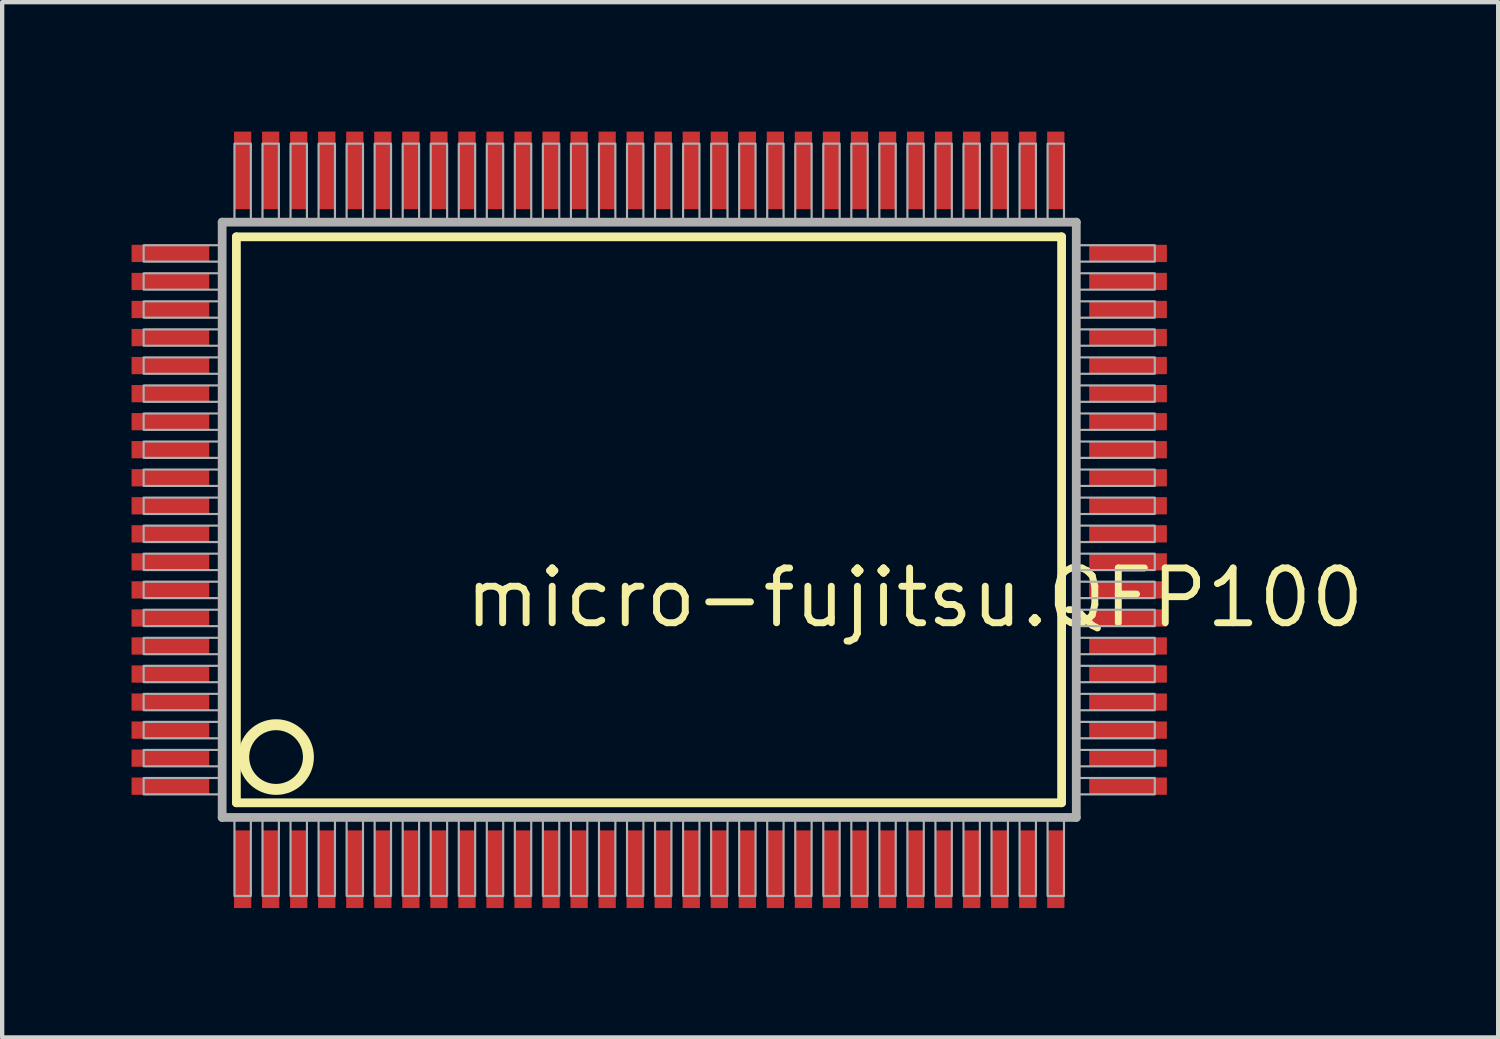
<source format=kicad_pcb>
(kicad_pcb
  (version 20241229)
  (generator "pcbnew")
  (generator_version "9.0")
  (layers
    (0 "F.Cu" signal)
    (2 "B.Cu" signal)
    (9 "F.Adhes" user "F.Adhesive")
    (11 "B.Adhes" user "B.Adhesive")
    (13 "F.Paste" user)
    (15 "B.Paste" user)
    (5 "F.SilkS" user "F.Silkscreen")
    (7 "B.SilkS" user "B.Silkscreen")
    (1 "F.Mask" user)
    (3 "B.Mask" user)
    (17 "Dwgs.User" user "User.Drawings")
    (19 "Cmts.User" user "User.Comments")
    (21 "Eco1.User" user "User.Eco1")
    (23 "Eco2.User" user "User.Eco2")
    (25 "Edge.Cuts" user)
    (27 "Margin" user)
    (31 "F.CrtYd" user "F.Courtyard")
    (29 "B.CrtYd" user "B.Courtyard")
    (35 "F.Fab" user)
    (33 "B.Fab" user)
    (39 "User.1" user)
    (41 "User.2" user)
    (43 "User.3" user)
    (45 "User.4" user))
  (footprint "micro-fujitsu.QFP100"
    (layer "F.Cu")
    (at 12 9)
    (property "Reference" "micro-fujitsu.QFP100" (at -4.35 2.55 0) (layer "F.SilkS") (effects (font (size 1.27 1.27) (thickness 0.16)) (justify left bottom)))
    (attr smd)
    (fp_line (start -9.57 -6.56) (end 9.56 -6.56) (stroke (width 0.203) (type default)) (layer "F.SilkS"))
    (fp_line (start -9.57 6.56) (end -9.57 -6.56) (stroke (width 0.203) (type default)) (layer "F.SilkS"))
    (fp_line (start 9.56 -6.56) (end 9.56 6.56) (stroke (width 0.203) (type default)) (layer "F.SilkS"))
    (fp_line (start 9.56 6.56) (end -9.57 6.56) (stroke (width 0.203) (type default)) (layer "F.SilkS"))
    (fp_circle (center -8.65 5.5) (end -7.9 5.5) (stroke (width 0.254) (type default)) (fill no) (layer "F.SilkS"))
    (fp_line (start -9.9 -6.9) (end -9.9 6.9) (stroke (width 0.203) (type default)) (layer "F.Fab"))
    (fp_line (start -9.9 6.9) (end 9.9 6.9) (stroke (width 0.203) (type default)) (layer "F.Fab"))
    (fp_line (start 9.9 -6.9) (end -9.9 -6.9) (stroke (width 0.203) (type default)) (layer "F.Fab"))
    (fp_line (start 9.9 6.9) (end 9.9 -6.9) (stroke (width 0.203) (type default)) (layer "F.Fab"))
    (fp_rect (start -11.72 -5.985) (end -9.95 -6.365) (stroke (width 0.05) (type default)) (fill no) (layer "F.Fab"))
    (fp_rect (start -11.72 -5.335) (end -9.95 -5.715) (stroke (width 0.05) (type default)) (fill no) (layer "F.Fab"))
    (fp_rect (start -11.72 -4.685) (end -9.95 -5.065) (stroke (width 0.05) (type default)) (fill no) (layer "F.Fab"))
    (fp_rect (start -11.72 -4.035) (end -9.95 -4.415) (stroke (width 0.05) (type default)) (fill no) (layer "F.Fab"))
    (fp_rect (start -11.72 -3.385) (end -9.95 -3.765) (stroke (width 0.05) (type default)) (fill no) (layer "F.Fab"))
    (fp_rect (start -11.72 -2.735) (end -9.95 -3.115) (stroke (width 0.05) (type default)) (fill no) (layer "F.Fab"))
    (fp_rect (start -11.72 -2.085) (end -9.95 -2.465) (stroke (width 0.05) (type default)) (fill no) (layer "F.Fab"))
    (fp_rect (start -11.72 -1.435) (end -9.95 -1.815) (stroke (width 0.05) (type default)) (fill no) (layer "F.Fab"))
    (fp_rect (start -11.72 -0.785) (end -9.95 -1.165) (stroke (width 0.05) (type default)) (fill no) (layer "F.Fab"))
    (fp_rect (start -11.72 -0.135) (end -9.95 -0.515) (stroke (width 0.05) (type default)) (fill no) (layer "F.Fab"))
    (fp_rect (start -11.72 0.515) (end -9.95 0.135) (stroke (width 0.05) (type default)) (fill no) (layer "F.Fab"))
    (fp_rect (start -11.72 1.165) (end -9.95 0.785) (stroke (width 0.05) (type default)) (fill no) (layer "F.Fab"))
    (fp_rect (start -11.72 1.815) (end -9.95 1.435) (stroke (width 0.05) (type default)) (fill no) (layer "F.Fab"))
    (fp_rect (start -11.72 2.465) (end -9.95 2.085) (stroke (width 0.05) (type default)) (fill no) (layer "F.Fab"))
    (fp_rect (start -11.72 3.115) (end -9.95 2.735) (stroke (width 0.05) (type default)) (fill no) (layer "F.Fab"))
    (fp_rect (start -11.72 3.765) (end -9.95 3.385) (stroke (width 0.05) (type default)) (fill no) (layer "F.Fab"))
    (fp_rect (start -11.72 4.415) (end -9.95 4.035) (stroke (width 0.05) (type default)) (fill no) (layer "F.Fab"))
    (fp_rect (start -11.72 5.065) (end -9.95 4.685) (stroke (width 0.05) (type default)) (fill no) (layer "F.Fab"))
    (fp_rect (start -11.72 5.715) (end -9.95 5.335) (stroke (width 0.05) (type default)) (fill no) (layer "F.Fab"))
    (fp_rect (start -11.72 6.365) (end -9.95 5.985) (stroke (width 0.05) (type default)) (fill no) (layer "F.Fab"))
    (fp_rect (start -9.615 -6.95) (end -9.235 -8.72) (stroke (width 0.05) (type default)) (fill no) (layer "F.Fab"))
    (fp_rect (start -9.615 8.72) (end -9.235 6.95) (stroke (width 0.05) (type default)) (fill no) (layer "F.Fab"))
    (fp_rect (start -8.965 -6.95) (end -8.585 -8.72) (stroke (width 0.05) (type default)) (fill no) (layer "F.Fab"))
    (fp_rect (start -8.965 8.72) (end -8.585 6.95) (stroke (width 0.05) (type default)) (fill no) (layer "F.Fab"))
    (fp_rect (start -8.315 -6.95) (end -7.935 -8.72) (stroke (width 0.05) (type default)) (fill no) (layer "F.Fab"))
    (fp_rect (start -8.315 8.72) (end -7.935 6.95) (stroke (width 0.05) (type default)) (fill no) (layer "F.Fab"))
    (fp_rect (start -7.665 -6.95) (end -7.285 -8.72) (stroke (width 0.05) (type default)) (fill no) (layer "F.Fab"))
    (fp_rect (start -7.665 8.72) (end -7.285 6.95) (stroke (width 0.05) (type default)) (fill no) (layer "F.Fab"))
    (fp_rect (start -7.015 -6.95) (end -6.635 -8.72) (stroke (width 0.05) (type default)) (fill no) (layer "F.Fab"))
    (fp_rect (start -7.015 8.72) (end -6.635 6.95) (stroke (width 0.05) (type default)) (fill no) (layer "F.Fab"))
    (fp_rect (start -6.365 -6.95) (end -5.985 -8.72) (stroke (width 0.05) (type default)) (fill no) (layer "F.Fab"))
    (fp_rect (start -6.365 8.72) (end -5.985 6.95) (stroke (width 0.05) (type default)) (fill no) (layer "F.Fab"))
    (fp_rect (start -5.715 -6.95) (end -5.335 -8.72) (stroke (width 0.05) (type default)) (fill no) (layer "F.Fab"))
    (fp_rect (start -5.715 8.72) (end -5.335 6.95) (stroke (width 0.05) (type default)) (fill no) (layer "F.Fab"))
    (fp_rect (start -5.065 -6.95) (end -4.685 -8.72) (stroke (width 0.05) (type default)) (fill no) (layer "F.Fab"))
    (fp_rect (start -5.065 8.72) (end -4.685 6.95) (stroke (width 0.05) (type default)) (fill no) (layer "F.Fab"))
    (fp_rect (start -4.415 -6.95) (end -4.035 -8.72) (stroke (width 0.05) (type default)) (fill no) (layer "F.Fab"))
    (fp_rect (start -4.415 8.72) (end -4.035 6.95) (stroke (width 0.05) (type default)) (fill no) (layer "F.Fab"))
    (fp_rect (start -3.765 -6.95) (end -3.385 -8.72) (stroke (width 0.05) (type default)) (fill no) (layer "F.Fab"))
    (fp_rect (start -3.765 8.72) (end -3.385 6.95) (stroke (width 0.05) (type default)) (fill no) (layer "F.Fab"))
    (fp_rect (start -3.115 -6.95) (end -2.735 -8.72) (stroke (width 0.05) (type default)) (fill no) (layer "F.Fab"))
    (fp_rect (start -3.115 8.72) (end -2.735 6.95) (stroke (width 0.05) (type default)) (fill no) (layer "F.Fab"))
    (fp_rect (start -2.465 -6.95) (end -2.085 -8.72) (stroke (width 0.05) (type default)) (fill no) (layer "F.Fab"))
    (fp_rect (start -2.465 8.72) (end -2.085 6.95) (stroke (width 0.05) (type default)) (fill no) (layer "F.Fab"))
    (fp_rect (start -1.815 -6.95) (end -1.435 -8.72) (stroke (width 0.05) (type default)) (fill no) (layer "F.Fab"))
    (fp_rect (start -1.815 8.72) (end -1.435 6.95) (stroke (width 0.05) (type default)) (fill no) (layer "F.Fab"))
    (fp_rect (start -1.165 -6.95) (end -0.785 -8.72) (stroke (width 0.05) (type default)) (fill no) (layer "F.Fab"))
    (fp_rect (start -1.165 8.72) (end -0.785 6.95) (stroke (width 0.05) (type default)) (fill no) (layer "F.Fab"))
    (fp_rect (start -0.515 -6.95) (end -0.135 -8.72) (stroke (width 0.05) (type default)) (fill no) (layer "F.Fab"))
    (fp_rect (start -0.515 8.72) (end -0.135 6.95) (stroke (width 0.05) (type default)) (fill no) (layer "F.Fab"))
    (fp_rect (start 0.135 -6.95) (end 0.515 -8.72) (stroke (width 0.05) (type default)) (fill no) (layer "F.Fab"))
    (fp_rect (start 0.135 8.72) (end 0.515 6.95) (stroke (width 0.05) (type default)) (fill no) (layer "F.Fab"))
    (fp_rect (start 0.785 -6.95) (end 1.165 -8.72) (stroke (width 0.05) (type default)) (fill no) (layer "F.Fab"))
    (fp_rect (start 0.785 8.72) (end 1.165 6.95) (stroke (width 0.05) (type default)) (fill no) (layer "F.Fab"))
    (fp_rect (start 1.435 -6.95) (end 1.815 -8.72) (stroke (width 0.05) (type default)) (fill no) (layer "F.Fab"))
    (fp_rect (start 1.435 8.72) (end 1.815 6.95) (stroke (width 0.05) (type default)) (fill no) (layer "F.Fab"))
    (fp_rect (start 2.085 -6.95) (end 2.465 -8.72) (stroke (width 0.05) (type default)) (fill no) (layer "F.Fab"))
    (fp_rect (start 2.085 8.72) (end 2.465 6.95) (stroke (width 0.05) (type default)) (fill no) (layer "F.Fab"))
    (fp_rect (start 2.735 -6.95) (end 3.115 -8.72) (stroke (width 0.05) (type default)) (fill no) (layer "F.Fab"))
    (fp_rect (start 2.735 8.72) (end 3.115 6.95) (stroke (width 0.05) (type default)) (fill no) (layer "F.Fab"))
    (fp_rect (start 3.385 -6.95) (end 3.765 -8.72) (stroke (width 0.05) (type default)) (fill no) (layer "F.Fab"))
    (fp_rect (start 3.385 8.72) (end 3.765 6.95) (stroke (width 0.05) (type default)) (fill no) (layer "F.Fab"))
    (fp_rect (start 4.035 -6.95) (end 4.415 -8.72) (stroke (width 0.05) (type default)) (fill no) (layer "F.Fab"))
    (fp_rect (start 4.035 8.72) (end 4.415 6.95) (stroke (width 0.05) (type default)) (fill no) (layer "F.Fab"))
    (fp_rect (start 4.685 -6.95) (end 5.065 -8.72) (stroke (width 0.05) (type default)) (fill no) (layer "F.Fab"))
    (fp_rect (start 4.685 8.72) (end 5.065 6.95) (stroke (width 0.05) (type default)) (fill no) (layer "F.Fab"))
    (fp_rect (start 5.335 -6.95) (end 5.715 -8.72) (stroke (width 0.05) (type default)) (fill no) (layer "F.Fab"))
    (fp_rect (start 5.335 8.72) (end 5.715 6.95) (stroke (width 0.05) (type default)) (fill no) (layer "F.Fab"))
    (fp_rect (start 5.985 -6.95) (end 6.365 -8.72) (stroke (width 0.05) (type default)) (fill no) (layer "F.Fab"))
    (fp_rect (start 5.985 8.72) (end 6.365 6.95) (stroke (width 0.05) (type default)) (fill no) (layer "F.Fab"))
    (fp_rect (start 6.635 -6.95) (end 7.015 -8.72) (stroke (width 0.05) (type default)) (fill no) (layer "F.Fab"))
    (fp_rect (start 6.635 8.72) (end 7.015 6.95) (stroke (width 0.05) (type default)) (fill no) (layer "F.Fab"))
    (fp_rect (start 7.285 -6.95) (end 7.665 -8.72) (stroke (width 0.05) (type default)) (fill no) (layer "F.Fab"))
    (fp_rect (start 7.285 8.72) (end 7.665 6.95) (stroke (width 0.05) (type default)) (fill no) (layer "F.Fab"))
    (fp_rect (start 7.935 -6.95) (end 8.315 -8.72) (stroke (width 0.05) (type default)) (fill no) (layer "F.Fab"))
    (fp_rect (start 7.935 8.72) (end 8.315 6.95) (stroke (width 0.05) (type default)) (fill no) (layer "F.Fab"))
    (fp_rect (start 8.585 -6.95) (end 8.965 -8.72) (stroke (width 0.05) (type default)) (fill no) (layer "F.Fab"))
    (fp_rect (start 8.585 8.72) (end 8.965 6.95) (stroke (width 0.05) (type default)) (fill no) (layer "F.Fab"))
    (fp_rect (start 9.235 -6.95) (end 9.615 -8.72) (stroke (width 0.05) (type default)) (fill no) (layer "F.Fab"))
    (fp_rect (start 9.235 8.72) (end 9.615 6.95) (stroke (width 0.05) (type default)) (fill no) (layer "F.Fab"))
    (fp_rect (start 9.95 -5.985) (end 11.72 -6.365) (stroke (width 0.05) (type default)) (fill no) (layer "F.Fab"))
    (fp_rect (start 9.95 -5.335) (end 11.72 -5.715) (stroke (width 0.05) (type default)) (fill no) (layer "F.Fab"))
    (fp_rect (start 9.95 -4.685) (end 11.72 -5.065) (stroke (width 0.05) (type default)) (fill no) (layer "F.Fab"))
    (fp_rect (start 9.95 -4.035) (end 11.72 -4.415) (stroke (width 0.05) (type default)) (fill no) (layer "F.Fab"))
    (fp_rect (start 9.95 -3.385) (end 11.72 -3.765) (stroke (width 0.05) (type default)) (fill no) (layer "F.Fab"))
    (fp_rect (start 9.95 -2.735) (end 11.72 -3.115) (stroke (width 0.05) (type default)) (fill no) (layer "F.Fab"))
    (fp_rect (start 9.95 -2.085) (end 11.72 -2.465) (stroke (width 0.05) (type default)) (fill no) (layer "F.Fab"))
    (fp_rect (start 9.95 -1.435) (end 11.72 -1.815) (stroke (width 0.05) (type default)) (fill no) (layer "F.Fab"))
    (fp_rect (start 9.95 -0.785) (end 11.72 -1.165) (stroke (width 0.05) (type default)) (fill no) (layer "F.Fab"))
    (fp_rect (start 9.95 -0.135) (end 11.72 -0.515) (stroke (width 0.05) (type default)) (fill no) (layer "F.Fab"))
    (fp_rect (start 9.95 0.515) (end 11.72 0.135) (stroke (width 0.05) (type default)) (fill no) (layer "F.Fab"))
    (fp_rect (start 9.95 1.165) (end 11.72 0.785) (stroke (width 0.05) (type default)) (fill no) (layer "F.Fab"))
    (fp_rect (start 9.95 1.815) (end 11.72 1.435) (stroke (width 0.05) (type default)) (fill no) (layer "F.Fab"))
    (fp_rect (start 9.95 2.465) (end 11.72 2.085) (stroke (width 0.05) (type default)) (fill no) (layer "F.Fab"))
    (fp_rect (start 9.95 3.115) (end 11.72 2.735) (stroke (width 0.05) (type default)) (fill no) (layer "F.Fab"))
    (fp_rect (start 9.95 3.765) (end 11.72 3.385) (stroke (width 0.05) (type default)) (fill no) (layer "F.Fab"))
    (fp_rect (start 9.95 4.415) (end 11.72 4.035) (stroke (width 0.05) (type default)) (fill no) (layer "F.Fab"))
    (fp_rect (start 9.95 5.065) (end 11.72 4.685) (stroke (width 0.05) (type default)) (fill no) (layer "F.Fab"))
    (fp_rect (start 9.95 5.715) (end 11.72 5.335) (stroke (width 0.05) (type default)) (fill no) (layer "F.Fab"))
    (fp_rect (start 9.95 6.365) (end 11.72 5.985) (stroke (width 0.05) (type default)) (fill no) (layer "F.Fab"))
    (pad "1" smd roundrect (at -9.425 8.1) (size 0.4 1.8) (layers "F.Cu" "F.Mask" "F.Paste") (roundrect_rratio 0.01))
    (pad "2" smd roundrect (at -8.775 8.1) (size 0.4 1.8) (layers "F.Cu" "F.Mask" "F.Paste") (roundrect_rratio 0.01))
    (pad "3" smd roundrect (at -8.125 8.1) (size 0.4 1.8) (layers "F.Cu" "F.Mask" "F.Paste") (roundrect_rratio 0.01))
    (pad "4" smd roundrect (at -7.475 8.1) (size 0.4 1.8) (layers "F.Cu" "F.Mask" "F.Paste") (roundrect_rratio 0.01))
    (pad "5" smd roundrect (at -6.825 8.1) (size 0.4 1.8) (layers "F.Cu" "F.Mask" "F.Paste") (roundrect_rratio 0.01))
    (pad "6" smd roundrect (at -6.175 8.1) (size 0.4 1.8) (layers "F.Cu" "F.Mask" "F.Paste") (roundrect_rratio 0.01))
    (pad "7" smd roundrect (at -5.525 8.1) (size 0.4 1.8) (layers "F.Cu" "F.Mask" "F.Paste") (roundrect_rratio 0.01))
    (pad "8" smd roundrect (at -4.875 8.1) (size 0.4 1.8) (layers "F.Cu" "F.Mask" "F.Paste") (roundrect_rratio 0.01))
    (pad "9" smd roundrect (at -4.225 8.1) (size 0.4 1.8) (layers "F.Cu" "F.Mask" "F.Paste") (roundrect_rratio 0.01))
    (pad "10" smd roundrect (at -3.575 8.1) (size 0.4 1.8) (layers "F.Cu" "F.Mask" "F.Paste") (roundrect_rratio 0.01))
    (pad "11" smd roundrect (at -2.925 8.1) (size 0.4 1.8) (layers "F.Cu" "F.Mask" "F.Paste") (roundrect_rratio 0.01))
    (pad "12" smd roundrect (at -2.275 8.1) (size 0.4 1.8) (layers "F.Cu" "F.Mask" "F.Paste") (roundrect_rratio 0.01))
    (pad "13" smd roundrect (at -1.625 8.1) (size 0.4 1.8) (layers "F.Cu" "F.Mask" "F.Paste") (roundrect_rratio 0.01))
    (pad "14" smd roundrect (at -0.975 8.1) (size 0.4 1.8) (layers "F.Cu" "F.Mask" "F.Paste") (roundrect_rratio 0.01))
    (pad "15" smd roundrect (at -0.325 8.1) (size 0.4 1.8) (layers "F.Cu" "F.Mask" "F.Paste") (roundrect_rratio 0.01))
    (pad "16" smd roundrect (at 0.325 8.1) (size 0.4 1.8) (layers "F.Cu" "F.Mask" "F.Paste") (roundrect_rratio 0.01))
    (pad "17" smd roundrect (at 0.975 8.1) (size 0.4 1.8) (layers "F.Cu" "F.Mask" "F.Paste") (roundrect_rratio 0.01))
    (pad "18" smd roundrect (at 1.625 8.1) (size 0.4 1.8) (layers "F.Cu" "F.Mask" "F.Paste") (roundrect_rratio 0.01))
    (pad "19" smd roundrect (at 2.275 8.1) (size 0.4 1.8) (layers "F.Cu" "F.Mask" "F.Paste") (roundrect_rratio 0.01))
    (pad "20" smd roundrect (at 2.925 8.1) (size 0.4 1.8) (layers "F.Cu" "F.Mask" "F.Paste") (roundrect_rratio 0.01))
    (pad "21" smd roundrect (at 3.575 8.1) (size 0.4 1.8) (layers "F.Cu" "F.Mask" "F.Paste") (roundrect_rratio 0.01))
    (pad "22" smd roundrect (at 4.225 8.1) (size 0.4 1.8) (layers "F.Cu" "F.Mask" "F.Paste") (roundrect_rratio 0.01))
    (pad "23" smd roundrect (at 4.875 8.1) (size 0.4 1.8) (layers "F.Cu" "F.Mask" "F.Paste") (roundrect_rratio 0.01))
    (pad "24" smd roundrect (at 5.525 8.1) (size 0.4 1.8) (layers "F.Cu" "F.Mask" "F.Paste") (roundrect_rratio 0.01))
    (pad "25" smd roundrect (at 6.175 8.1) (size 0.4 1.8) (layers "F.Cu" "F.Mask" "F.Paste") (roundrect_rratio 0.01))
    (pad "26" smd roundrect (at 6.825 8.1) (size 0.4 1.8) (layers "F.Cu" "F.Mask" "F.Paste") (roundrect_rratio 0.01))
    (pad "27" smd roundrect (at 7.475 8.1) (size 0.4 1.8) (layers "F.Cu" "F.Mask" "F.Paste") (roundrect_rratio 0.01))
    (pad "28" smd roundrect (at 8.125 8.1) (size 0.4 1.8) (layers "F.Cu" "F.Mask" "F.Paste") (roundrect_rratio 0.01))
    (pad "29" smd roundrect (at 8.775 8.1) (size 0.4 1.8) (layers "F.Cu" "F.Mask" "F.Paste") (roundrect_rratio 0.01))
    (pad "30" smd roundrect (at 9.425 8.1) (size 0.4 1.8) (layers "F.Cu" "F.Mask" "F.Paste") (roundrect_rratio 0.01))
    (pad "31" smd roundrect (at 11.1 6.175) (size 1.8 0.4) (layers "F.Cu" "F.Mask" "F.Paste") (roundrect_rratio 0.01))
    (pad "32" smd roundrect (at 11.1 5.525) (size 1.8 0.4) (layers "F.Cu" "F.Mask" "F.Paste") (roundrect_rratio 0.01))
    (pad "33" smd roundrect (at 11.1 4.875) (size 1.8 0.4) (layers "F.Cu" "F.Mask" "F.Paste") (roundrect_rratio 0.01))
    (pad "34" smd roundrect (at 11.1 4.225) (size 1.8 0.4) (layers "F.Cu" "F.Mask" "F.Paste") (roundrect_rratio 0.01))
    (pad "35" smd roundrect (at 11.1 3.575) (size 1.8 0.4) (layers "F.Cu" "F.Mask" "F.Paste") (roundrect_rratio 0.01))
    (pad "36" smd roundrect (at 11.1 2.925) (size 1.8 0.4) (layers "F.Cu" "F.Mask" "F.Paste") (roundrect_rratio 0.01))
    (pad "37" smd roundrect (at 11.1 2.275) (size 1.8 0.4) (layers "F.Cu" "F.Mask" "F.Paste") (roundrect_rratio 0.01))
    (pad "38" smd roundrect (at 11.1 1.625) (size 1.8 0.4) (layers "F.Cu" "F.Mask" "F.Paste") (roundrect_rratio 0.01))
    (pad "39" smd roundrect (at 11.1 0.975) (size 1.8 0.4) (layers "F.Cu" "F.Mask" "F.Paste") (roundrect_rratio 0.01))
    (pad "40" smd roundrect (at 11.1 0.325) (size 1.8 0.4) (layers "F.Cu" "F.Mask" "F.Paste") (roundrect_rratio 0.01))
    (pad "41" smd roundrect (at 11.1 -0.325) (size 1.8 0.4) (layers "F.Cu" "F.Mask" "F.Paste") (roundrect_rratio 0.01))
    (pad "42" smd roundrect (at 11.1 -0.975) (size 1.8 0.4) (layers "F.Cu" "F.Mask" "F.Paste") (roundrect_rratio 0.01))
    (pad "43" smd roundrect (at 11.1 -1.625) (size 1.8 0.4) (layers "F.Cu" "F.Mask" "F.Paste") (roundrect_rratio 0.01))
    (pad "44" smd roundrect (at 11.1 -2.275) (size 1.8 0.4) (layers "F.Cu" "F.Mask" "F.Paste") (roundrect_rratio 0.01))
    (pad "45" smd roundrect (at 11.1 -2.925) (size 1.8 0.4) (layers "F.Cu" "F.Mask" "F.Paste") (roundrect_rratio 0.01))
    (pad "46" smd roundrect (at 11.1 -3.575) (size 1.8 0.4) (layers "F.Cu" "F.Mask" "F.Paste") (roundrect_rratio 0.01))
    (pad "47" smd roundrect (at 11.1 -4.225) (size 1.8 0.4) (layers "F.Cu" "F.Mask" "F.Paste") (roundrect_rratio 0.01))
    (pad "48" smd roundrect (at 11.1 -4.875) (size 1.8 0.4) (layers "F.Cu" "F.Mask" "F.Paste") (roundrect_rratio 0.01))
    (pad "49" smd roundrect (at 11.1 -5.525) (size 1.8 0.4) (layers "F.Cu" "F.Mask" "F.Paste") (roundrect_rratio 0.01))
    (pad "50" smd roundrect (at 11.1 -6.175) (size 1.8 0.4) (layers "F.Cu" "F.Mask" "F.Paste") (roundrect_rratio 0.01))
    (pad "51" smd roundrect (at 9.425 -8.1) (size 0.4 1.8) (layers "F.Cu" "F.Mask" "F.Paste") (roundrect_rratio 0.01))
    (pad "52" smd roundrect (at 8.775 -8.1) (size 0.4 1.8) (layers "F.Cu" "F.Mask" "F.Paste") (roundrect_rratio 0.01))
    (pad "53" smd roundrect (at 8.125 -8.1) (size 0.4 1.8) (layers "F.Cu" "F.Mask" "F.Paste") (roundrect_rratio 0.01))
    (pad "54" smd roundrect (at 7.475 -8.1) (size 0.4 1.8) (layers "F.Cu" "F.Mask" "F.Paste") (roundrect_rratio 0.01))
    (pad "55" smd roundrect (at 6.825 -8.1) (size 0.4 1.8) (layers "F.Cu" "F.Mask" "F.Paste") (roundrect_rratio 0.01))
    (pad "56" smd roundrect (at 6.175 -8.1) (size 0.4 1.8) (layers "F.Cu" "F.Mask" "F.Paste") (roundrect_rratio 0.01))
    (pad "57" smd roundrect (at 5.525 -8.1) (size 0.4 1.8) (layers "F.Cu" "F.Mask" "F.Paste") (roundrect_rratio 0.01))
    (pad "58" smd roundrect (at 4.875 -8.1) (size 0.4 1.8) (layers "F.Cu" "F.Mask" "F.Paste") (roundrect_rratio 0.01))
    (pad "59" smd roundrect (at 4.225 -8.1) (size 0.4 1.8) (layers "F.Cu" "F.Mask" "F.Paste") (roundrect_rratio 0.01))
    (pad "60" smd roundrect (at 3.575 -8.1) (size 0.4 1.8) (layers "F.Cu" "F.Mask" "F.Paste") (roundrect_rratio 0.01))
    (pad "61" smd roundrect (at 2.925 -8.1) (size 0.4 1.8) (layers "F.Cu" "F.Mask" "F.Paste") (roundrect_rratio 0.01))
    (pad "62" smd roundrect (at 2.275 -8.1) (size 0.4 1.8) (layers "F.Cu" "F.Mask" "F.Paste") (roundrect_rratio 0.01))
    (pad "63" smd roundrect (at 1.625 -8.1) (size 0.4 1.8) (layers "F.Cu" "F.Mask" "F.Paste") (roundrect_rratio 0.01))
    (pad "64" smd roundrect (at 0.975 -8.1) (size 0.4 1.8) (layers "F.Cu" "F.Mask" "F.Paste") (roundrect_rratio 0.01))
    (pad "65" smd roundrect (at 0.325 -8.1) (size 0.4 1.8) (layers "F.Cu" "F.Mask" "F.Paste") (roundrect_rratio 0.01))
    (pad "66" smd roundrect (at -0.325 -8.1) (size 0.4 1.8) (layers "F.Cu" "F.Mask" "F.Paste") (roundrect_rratio 0.01))
    (pad "67" smd roundrect (at -0.975 -8.1) (size 0.4 1.8) (layers "F.Cu" "F.Mask" "F.Paste") (roundrect_rratio 0.01))
    (pad "68" smd roundrect (at -1.625 -8.1) (size 0.4 1.8) (layers "F.Cu" "F.Mask" "F.Paste") (roundrect_rratio 0.01))
    (pad "69" smd roundrect (at -2.275 -8.1) (size 0.4 1.8) (layers "F.Cu" "F.Mask" "F.Paste") (roundrect_rratio 0.01))
    (pad "70" smd roundrect (at -2.925 -8.1) (size 0.4 1.8) (layers "F.Cu" "F.Mask" "F.Paste") (roundrect_rratio 0.01))
    (pad "71" smd roundrect (at -3.575 -8.1) (size 0.4 1.8) (layers "F.Cu" "F.Mask" "F.Paste") (roundrect_rratio 0.01))
    (pad "72" smd roundrect (at -4.225 -8.1) (size 0.4 1.8) (layers "F.Cu" "F.Mask" "F.Paste") (roundrect_rratio 0.01))
    (pad "73" smd roundrect (at -4.875 -8.1) (size 0.4 1.8) (layers "F.Cu" "F.Mask" "F.Paste") (roundrect_rratio 0.01))
    (pad "74" smd roundrect (at -5.525 -8.1) (size 0.4 1.8) (layers "F.Cu" "F.Mask" "F.Paste") (roundrect_rratio 0.01))
    (pad "75" smd roundrect (at -6.175 -8.1) (size 0.4 1.8) (layers "F.Cu" "F.Mask" "F.Paste") (roundrect_rratio 0.01))
    (pad "76" smd roundrect (at -6.825 -8.1) (size 0.4 1.8) (layers "F.Cu" "F.Mask" "F.Paste") (roundrect_rratio 0.01))
    (pad "77" smd roundrect (at -7.475 -8.1) (size 0.4 1.8) (layers "F.Cu" "F.Mask" "F.Paste") (roundrect_rratio 0.01))
    (pad "78" smd roundrect (at -8.125 -8.1) (size 0.4 1.8) (layers "F.Cu" "F.Mask" "F.Paste") (roundrect_rratio 0.01))
    (pad "79" smd roundrect (at -8.775 -8.1) (size 0.4 1.8) (layers "F.Cu" "F.Mask" "F.Paste") (roundrect_rratio 0.01))
    (pad "80" smd roundrect (at -9.425 -8.1) (size 0.4 1.8) (layers "F.Cu" "F.Mask" "F.Paste") (roundrect_rratio 0.01))
    (pad "81" smd roundrect (at -11.1 -6.175) (size 1.8 0.4) (layers "F.Cu" "F.Mask" "F.Paste") (roundrect_rratio 0.01))
    (pad "82" smd roundrect (at -11.1 -5.525) (size 1.8 0.4) (layers "F.Cu" "F.Mask" "F.Paste") (roundrect_rratio 0.01))
    (pad "83" smd roundrect (at -11.1 -4.875) (size 1.8 0.4) (layers "F.Cu" "F.Mask" "F.Paste") (roundrect_rratio 0.01))
    (pad "84" smd roundrect (at -11.1 -4.225) (size 1.8 0.4) (layers "F.Cu" "F.Mask" "F.Paste") (roundrect_rratio 0.01))
    (pad "85" smd roundrect (at -11.1 -3.575) (size 1.8 0.4) (layers "F.Cu" "F.Mask" "F.Paste") (roundrect_rratio 0.01))
    (pad "86" smd roundrect (at -11.1 -2.925) (size 1.8 0.4) (layers "F.Cu" "F.Mask" "F.Paste") (roundrect_rratio 0.01))
    (pad "87" smd roundrect (at -11.1 -2.275) (size 1.8 0.4) (layers "F.Cu" "F.Mask" "F.Paste") (roundrect_rratio 0.01))
    (pad "88" smd roundrect (at -11.1 -1.625) (size 1.8 0.4) (layers "F.Cu" "F.Mask" "F.Paste") (roundrect_rratio 0.01))
    (pad "89" smd roundrect (at -11.1 -0.975) (size 1.8 0.4) (layers "F.Cu" "F.Mask" "F.Paste") (roundrect_rratio 0.01))
    (pad "90" smd roundrect (at -11.1 -0.325) (size 1.8 0.4) (layers "F.Cu" "F.Mask" "F.Paste") (roundrect_rratio 0.01))
    (pad "91" smd roundrect (at -11.1 0.325) (size 1.8 0.4) (layers "F.Cu" "F.Mask" "F.Paste") (roundrect_rratio 0.01))
    (pad "92" smd roundrect (at -11.1 0.975) (size 1.8 0.4) (layers "F.Cu" "F.Mask" "F.Paste") (roundrect_rratio 0.01))
    (pad "93" smd roundrect (at -11.1 1.625) (size 1.8 0.4) (layers "F.Cu" "F.Mask" "F.Paste") (roundrect_rratio 0.01))
    (pad "94" smd roundrect (at -11.1 2.275) (size 1.8 0.4) (layers "F.Cu" "F.Mask" "F.Paste") (roundrect_rratio 0.01))
    (pad "95" smd roundrect (at -11.1 2.925) (size 1.8 0.4) (layers "F.Cu" "F.Mask" "F.Paste") (roundrect_rratio 0.01))
    (pad "96" smd roundrect (at -11.1 3.575) (size 1.8 0.4) (layers "F.Cu" "F.Mask" "F.Paste") (roundrect_rratio 0.01))
    (pad "97" smd roundrect (at -11.1 4.225) (size 1.8 0.4) (layers "F.Cu" "F.Mask" "F.Paste") (roundrect_rratio 0.01))
    (pad "98" smd roundrect (at -11.1 4.875) (size 1.8 0.4) (layers "F.Cu" "F.Mask" "F.Paste") (roundrect_rratio 0.01))
    (pad "99" smd roundrect (at -11.1 5.525) (size 1.8 0.4) (layers "F.Cu" "F.Mask" "F.Paste") (roundrect_rratio 0.01))
    (pad "100" smd roundrect (at -11.1 6.175) (size 1.8 0.4) (layers "F.Cu" "F.Mask" "F.Paste") (roundrect_rratio 0.01)))
  (gr_rect
    (start -3 -3)
    (end 31.68 21)
    (stroke (width 0.1) (type default))
    (fill no)
    (layer "Edge.Cuts")))
</source>
